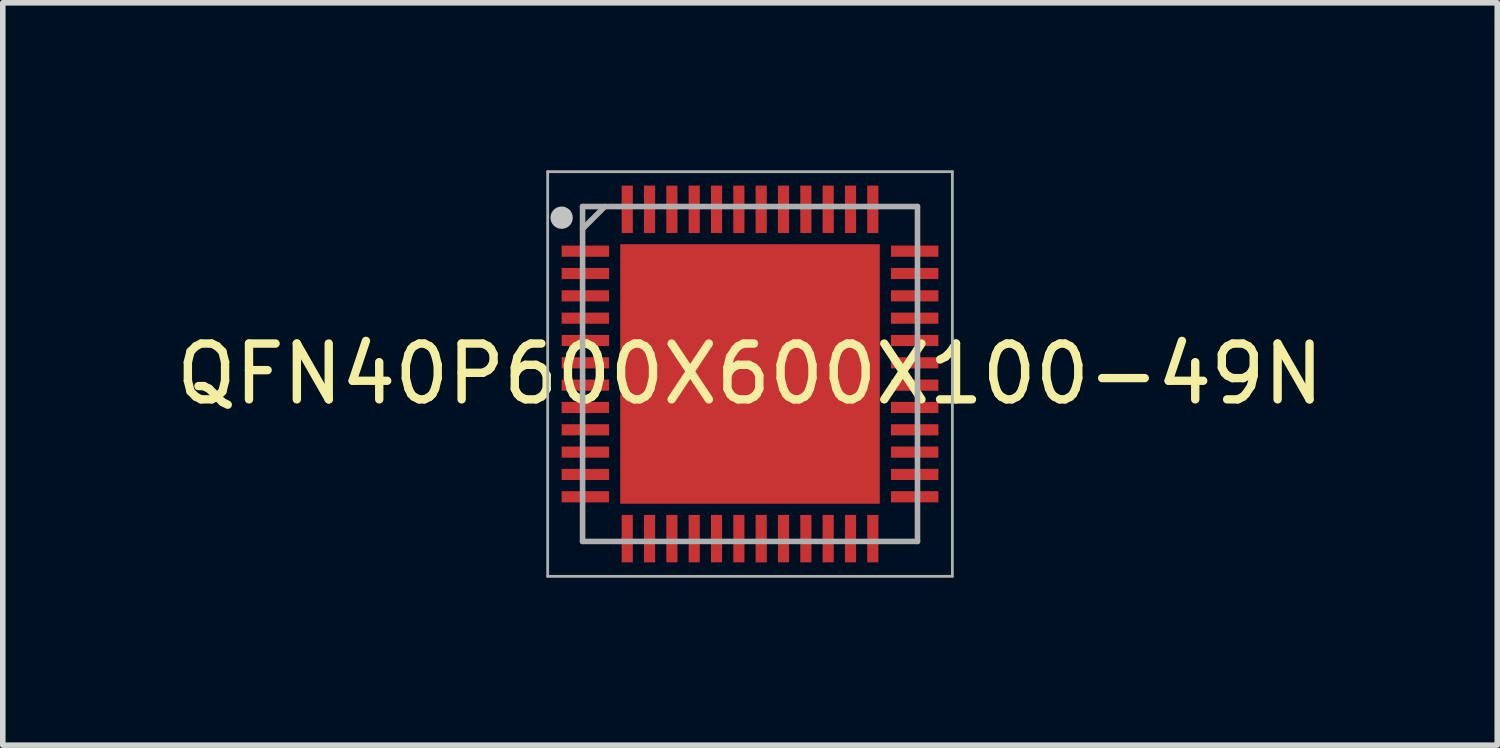
<source format=kicad_pcb>
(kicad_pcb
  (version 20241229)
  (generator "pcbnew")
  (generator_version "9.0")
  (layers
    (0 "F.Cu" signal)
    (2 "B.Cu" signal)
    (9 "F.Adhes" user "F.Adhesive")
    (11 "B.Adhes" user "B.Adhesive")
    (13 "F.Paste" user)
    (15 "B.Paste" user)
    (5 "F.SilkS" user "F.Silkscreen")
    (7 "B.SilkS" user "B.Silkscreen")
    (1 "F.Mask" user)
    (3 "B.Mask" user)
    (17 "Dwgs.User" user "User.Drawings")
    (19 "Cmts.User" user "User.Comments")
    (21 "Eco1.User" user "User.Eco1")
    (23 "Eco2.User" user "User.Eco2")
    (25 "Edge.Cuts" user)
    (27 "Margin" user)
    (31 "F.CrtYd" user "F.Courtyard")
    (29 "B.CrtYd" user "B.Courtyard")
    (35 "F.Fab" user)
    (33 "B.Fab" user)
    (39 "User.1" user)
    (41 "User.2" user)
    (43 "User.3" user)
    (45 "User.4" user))
  (footprint "QFN40P600X600X100-49N"
    (layer "F.Cu")
    (at 10.387 3.65)
    (property "Reference" "QFN40P600X600X100-49N" (at 0 0 0) (layer "F.SilkS") (effects (font (size 1 1) (thickness 0.15))))
    (attr smd)
    (fp_circle (center -3.375 -2.8) (end -3.275 -2.8) (stroke (width 0.2) (type solid)) (fill no) (layer "Dwgs.User"))
    (fp_line (start -3.625 -3.625) (end 3.625 -3.625) (stroke (width 0.05) (type solid)) (layer "F.Fab"))
    (fp_line (start -3.625 3.625) (end -3.625 -3.625) (stroke (width 0.05) (type solid)) (layer "F.Fab"))
    (fp_line (start -3 -3) (end 3 -3) (stroke (width 0.1) (type solid)) (layer "F.Fab"))
    (fp_line (start -3 -2.6) (end -2.6 -3) (stroke (width 0.1) (type solid)) (layer "F.Fab"))
    (fp_line (start -3 3) (end -3 -3) (stroke (width 0.1) (type solid)) (layer "F.Fab"))
    (fp_line (start 3 -3) (end 3 3) (stroke (width 0.1) (type solid)) (layer "F.Fab"))
    (fp_line (start 3 3) (end -3 3) (stroke (width 0.1) (type solid)) (layer "F.Fab"))
    (fp_line (start 3.625 -3.625) (end 3.625 3.625) (stroke (width 0.05) (type solid)) (layer "F.Fab"))
    (fp_line (start 3.625 3.625) (end -3.625 3.625) (stroke (width 0.05) (type solid)) (layer "F.Fab"))
    (pad "1" smd rect (at -2.95 -2.2) (size 0.85 0.2) (layers "F.Cu" "F.Mask" "F.Paste"))
    (pad "2" smd rect (at -2.95 -1.8) (size 0.85 0.2) (layers "F.Cu" "F.Mask" "F.Paste"))
    (pad "3" smd rect (at -2.95 -1.4) (size 0.85 0.2) (layers "F.Cu" "F.Mask" "F.Paste"))
    (pad "4" smd rect (at -2.95 -1) (size 0.85 0.2) (layers "F.Cu" "F.Mask" "F.Paste"))
    (pad "5" smd rect (at -2.95 -0.6) (size 0.85 0.2) (layers "F.Cu" "F.Mask" "F.Paste"))
    (pad "6" smd rect (at -2.95 -0.2) (size 0.85 0.2) (layers "F.Cu" "F.Mask" "F.Paste"))
    (pad "7" smd rect (at -2.95 0.2) (size 0.85 0.2) (layers "F.Cu" "F.Mask" "F.Paste"))
    (pad "8" smd rect (at -2.95 0.6) (size 0.85 0.2) (layers "F.Cu" "F.Mask" "F.Paste"))
    (pad "9" smd rect (at -2.95 1) (size 0.85 0.2) (layers "F.Cu" "F.Mask" "F.Paste"))
    (pad "10" smd rect (at -2.95 1.4) (size 0.85 0.2) (layers "F.Cu" "F.Mask" "F.Paste"))
    (pad "11" smd rect (at -2.95 1.8) (size 0.85 0.2) (layers "F.Cu" "F.Mask" "F.Paste"))
    (pad "12" smd rect (at -2.95 2.2) (size 0.85 0.2) (layers "F.Cu" "F.Mask" "F.Paste"))
    (pad "13" smd rect (at -2.2 2.95 90) (size 0.85 0.2) (layers "F.Cu" "F.Mask" "F.Paste"))
    (pad "14" smd rect (at -1.8 2.95 90) (size 0.85 0.2) (layers "F.Cu" "F.Mask" "F.Paste"))
    (pad "15" smd rect (at -1.4 2.95 90) (size 0.85 0.2) (layers "F.Cu" "F.Mask" "F.Paste"))
    (pad "16" smd rect (at -1 2.95 90) (size 0.85 0.2) (layers "F.Cu" "F.Mask" "F.Paste"))
    (pad "17" smd rect (at -0.6 2.95 90) (size 0.85 0.2) (layers "F.Cu" "F.Mask" "F.Paste"))
    (pad "18" smd rect (at -0.2 2.95 90) (size 0.85 0.2) (layers "F.Cu" "F.Mask" "F.Paste"))
    (pad "19" smd rect (at 0.2 2.95 90) (size 0.85 0.2) (layers "F.Cu" "F.Mask" "F.Paste"))
    (pad "20" smd rect (at 0.6 2.95 90) (size 0.85 0.2) (layers "F.Cu" "F.Mask" "F.Paste"))
    (pad "21" smd rect (at 1 2.95 90) (size 0.85 0.2) (layers "F.Cu" "F.Mask" "F.Paste"))
    (pad "22" smd rect (at 1.4 2.95 90) (size 0.85 0.2) (layers "F.Cu" "F.Mask" "F.Paste"))
    (pad "23" smd rect (at 1.8 2.95 90) (size 0.85 0.2) (layers "F.Cu" "F.Mask" "F.Paste"))
    (pad "24" smd rect (at 2.2 2.95 90) (size 0.85 0.2) (layers "F.Cu" "F.Mask" "F.Paste"))
    (pad "25" smd rect (at 2.95 2.2) (size 0.85 0.2) (layers "F.Cu" "F.Mask" "F.Paste"))
    (pad "26" smd rect (at 2.95 1.8) (size 0.85 0.2) (layers "F.Cu" "F.Mask" "F.Paste"))
    (pad "27" smd rect (at 2.95 1.4) (size 0.85 0.2) (layers "F.Cu" "F.Mask" "F.Paste"))
    (pad "28" smd rect (at 2.95 1) (size 0.85 0.2) (layers "F.Cu" "F.Mask" "F.Paste"))
    (pad "29" smd rect (at 2.95 0.6) (size 0.85 0.2) (layers "F.Cu" "F.Mask" "F.Paste"))
    (pad "30" smd rect (at 2.95 0.2) (size 0.85 0.2) (layers "F.Cu" "F.Mask" "F.Paste"))
    (pad "31" smd rect (at 2.95 -0.2) (size 0.85 0.2) (layers "F.Cu" "F.Mask" "F.Paste"))
    (pad "32" smd rect (at 2.95 -0.6) (size 0.85 0.2) (layers "F.Cu" "F.Mask" "F.Paste"))
    (pad "33" smd rect (at 2.95 -1) (size 0.85 0.2) (layers "F.Cu" "F.Mask" "F.Paste"))
    (pad "34" smd rect (at 2.95 -1.4) (size 0.85 0.2) (layers "F.Cu" "F.Mask" "F.Paste"))
    (pad "35" smd rect (at 2.95 -1.8) (size 0.85 0.2) (layers "F.Cu" "F.Mask" "F.Paste"))
    (pad "36" smd rect (at 2.95 -2.2) (size 0.85 0.2) (layers "F.Cu" "F.Mask" "F.Paste"))
    (pad "37" smd rect (at 2.2 -2.95 90) (size 0.85 0.2) (layers "F.Cu" "F.Mask" "F.Paste"))
    (pad "38" smd rect (at 1.8 -2.95 90) (size 0.85 0.2) (layers "F.Cu" "F.Mask" "F.Paste"))
    (pad "39" smd rect (at 1.4 -2.95 90) (size 0.85 0.2) (layers "F.Cu" "F.Mask" "F.Paste"))
    (pad "40" smd rect (at 1 -2.95 90) (size 0.85 0.2) (layers "F.Cu" "F.Mask" "F.Paste"))
    (pad "41" smd rect (at 0.6 -2.95 90) (size 0.85 0.2) (layers "F.Cu" "F.Mask" "F.Paste"))
    (pad "42" smd rect (at 0.2 -2.95 90) (size 0.85 0.2) (layers "F.Cu" "F.Mask" "F.Paste"))
    (pad "43" smd rect (at -0.2 -2.95 90) (size 0.85 0.2) (layers "F.Cu" "F.Mask" "F.Paste"))
    (pad "44" smd rect (at -0.6 -2.95 90) (size 0.85 0.2) (layers "F.Cu" "F.Mask" "F.Paste"))
    (pad "45" smd rect (at -1 -2.95 90) (size 0.85 0.2) (layers "F.Cu" "F.Mask" "F.Paste"))
    (pad "46" smd rect (at -1.4 -2.95 90) (size 0.85 0.2) (layers "F.Cu" "F.Mask" "F.Paste"))
    (pad "47" smd rect (at -1.8 -2.95 90) (size 0.85 0.2) (layers "F.Cu" "F.Mask" "F.Paste"))
    (pad "48" smd rect (at -2.2 -2.95 90) (size 0.85 0.2) (layers "F.Cu" "F.Mask" "F.Paste"))
    (pad "49" smd rect (at 0 0 90) (size 4.65 4.65) (layers "F.Cu" "F.Mask" "F.Paste")))
  (gr_rect
    (start -3 -3)
    (end 23.774 10.3)
    (stroke (width 0.1) (type default))
    (fill no)
    (layer "Edge.Cuts")))
</source>
